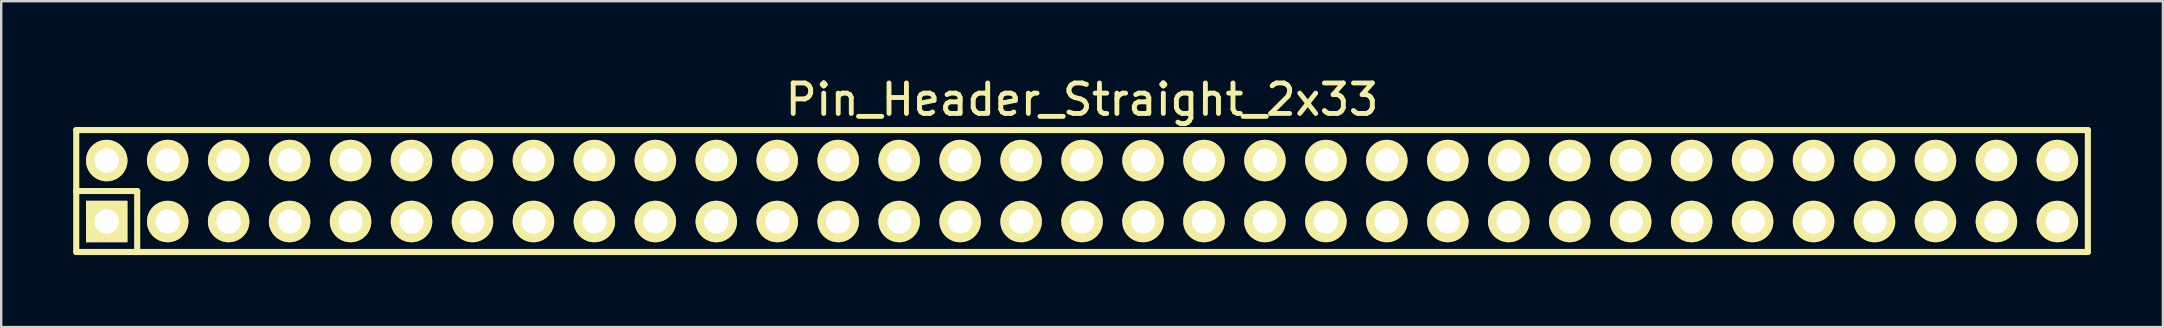
<source format=kicad_pcb>
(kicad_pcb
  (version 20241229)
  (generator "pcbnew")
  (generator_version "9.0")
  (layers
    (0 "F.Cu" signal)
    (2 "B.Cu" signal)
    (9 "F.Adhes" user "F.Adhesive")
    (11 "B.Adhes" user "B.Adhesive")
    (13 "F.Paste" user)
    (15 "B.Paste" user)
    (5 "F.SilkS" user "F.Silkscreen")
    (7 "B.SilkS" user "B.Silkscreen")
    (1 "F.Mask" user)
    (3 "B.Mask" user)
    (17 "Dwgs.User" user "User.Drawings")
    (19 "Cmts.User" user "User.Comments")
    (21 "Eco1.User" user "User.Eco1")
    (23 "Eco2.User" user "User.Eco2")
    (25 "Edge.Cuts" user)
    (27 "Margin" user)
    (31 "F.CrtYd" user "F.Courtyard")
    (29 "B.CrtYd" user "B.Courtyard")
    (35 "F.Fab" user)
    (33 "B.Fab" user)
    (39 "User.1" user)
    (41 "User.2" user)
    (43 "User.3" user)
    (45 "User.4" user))
  (footprint "Pin_Header_Straight_2x33"
    (layer "F.Cu")
    (at 42.037 4.91)
    (property "Reference" "Pin_Header_Straight_2x33" (at 0 -3.81 0) (layer "F.SilkS") (effects (font (size 1.27 1.27) (thickness 0.203))))
    (attr through_hole)
    (fp_line (start -41.91 -2.54) (end -41.91 0) (stroke (width 0.254) (type solid)) (layer "F.SilkS"))
    (fp_line (start -41.91 0) (end -39.37 0) (stroke (width 0.254) (type solid)) (layer "F.SilkS"))
    (fp_line (start -41.91 2.54) (end -41.91 0) (stroke (width 0.254) (type solid)) (layer "F.SilkS"))
    (fp_line (start -41.91 2.54) (end -39.37 2.54) (stroke (width 0.254) (type solid)) (layer "F.SilkS"))
    (fp_line (start -39.37 0) (end -39.37 2.54) (stroke (width 0.254) (type solid)) (layer "F.SilkS"))
    (fp_line (start -39.37 2.54) (end 41.91 2.54) (stroke (width 0.254) (type solid)) (layer "F.SilkS"))
    (fp_line (start 41.91 -2.54) (end -41.91 -2.54) (stroke (width 0.254) (type solid)) (layer "F.SilkS"))
    (fp_line (start 41.91 -2.54) (end 41.91 2.54) (stroke (width 0.254) (type solid)) (layer "F.SilkS"))
    (pad "1" thru_hole rect (at -40.64 1.27) (size 1.727 1.727) (drill 1.016) (layers "*.Cu" "*.Mask" "F.SilkS"))
    (pad "2" thru_hole oval (at -40.64 -1.27) (size 1.727 1.727) (drill 1.016) (layers "*.Cu" "*.Mask" "F.SilkS"))
    (pad "3" thru_hole oval (at -38.1 1.27) (size 1.727 1.727) (drill 1.016) (layers "*.Cu" "*.Mask" "F.SilkS"))
    (pad "4" thru_hole oval (at -38.1 -1.27) (size 1.727 1.727) (drill 1.016) (layers "*.Cu" "*.Mask" "F.SilkS"))
    (pad "5" thru_hole oval (at -35.56 1.27) (size 1.727 1.727) (drill 1.016) (layers "*.Cu" "*.Mask" "F.SilkS"))
    (pad "6" thru_hole oval (at -35.56 -1.27) (size 1.727 1.727) (drill 1.016) (layers "*.Cu" "*.Mask" "F.SilkS"))
    (pad "7" thru_hole oval (at -33.02 1.27) (size 1.727 1.727) (drill 1.016) (layers "*.Cu" "*.Mask" "F.SilkS"))
    (pad "8" thru_hole oval (at -33.02 -1.27) (size 1.727 1.727) (drill 1.016) (layers "*.Cu" "*.Mask" "F.SilkS"))
    (pad "9" thru_hole oval (at -30.48 1.27) (size 1.727 1.727) (drill 1.016) (layers "*.Cu" "*.Mask" "F.SilkS"))
    (pad "10" thru_hole oval (at -30.48 -1.27) (size 1.727 1.727) (drill 1.016) (layers "*.Cu" "*.Mask" "F.SilkS"))
    (pad "11" thru_hole oval (at -27.94 1.27) (size 1.727 1.727) (drill 1.016) (layers "*.Cu" "*.Mask" "F.SilkS"))
    (pad "12" thru_hole oval (at -27.94 -1.27) (size 1.727 1.727) (drill 1.016) (layers "*.Cu" "*.Mask" "F.SilkS"))
    (pad "13" thru_hole oval (at -25.4 1.27) (size 1.727 1.727) (drill 1.016) (layers "*.Cu" "*.Mask" "F.SilkS"))
    (pad "14" thru_hole oval (at -25.4 -1.27) (size 1.727 1.727) (drill 1.016) (layers "*.Cu" "*.Mask" "F.SilkS"))
    (pad "15" thru_hole oval (at -22.86 1.27) (size 1.727 1.727) (drill 1.016) (layers "*.Cu" "*.Mask" "F.SilkS"))
    (pad "16" thru_hole oval (at -22.86 -1.27) (size 1.727 1.727) (drill 1.016) (layers "*.Cu" "*.Mask" "F.SilkS"))
    (pad "17" thru_hole oval (at -20.32 1.27) (size 1.727 1.727) (drill 1.016) (layers "*.Cu" "*.Mask" "F.SilkS"))
    (pad "18" thru_hole oval (at -20.32 -1.27) (size 1.727 1.727) (drill 1.016) (layers "*.Cu" "*.Mask" "F.SilkS"))
    (pad "19" thru_hole oval (at -17.78 1.27) (size 1.727 1.727) (drill 1.016) (layers "*.Cu" "*.Mask" "F.SilkS"))
    (pad "20" thru_hole oval (at -17.78 -1.27) (size 1.727 1.727) (drill 1.016) (layers "*.Cu" "*.Mask" "F.SilkS"))
    (pad "21" thru_hole oval (at -15.24 1.27) (size 1.727 1.727) (drill 1.016) (layers "*.Cu" "*.Mask" "F.SilkS"))
    (pad "22" thru_hole oval (at -15.24 -1.27) (size 1.727 1.727) (drill 1.016) (layers "*.Cu" "*.Mask" "F.SilkS"))
    (pad "23" thru_hole oval (at -12.7 1.27) (size 1.727 1.727) (drill 1.016) (layers "*.Cu" "*.Mask" "F.SilkS"))
    (pad "24" thru_hole oval (at -12.7 -1.27) (size 1.727 1.727) (drill 1.016) (layers "*.Cu" "*.Mask" "F.SilkS"))
    (pad "25" thru_hole oval (at -10.16 1.27) (size 1.727 1.727) (drill 1.016) (layers "*.Cu" "*.Mask" "F.SilkS"))
    (pad "26" thru_hole oval (at -10.16 -1.27) (size 1.727 1.727) (drill 1.016) (layers "*.Cu" "*.Mask" "F.SilkS"))
    (pad "27" thru_hole oval (at -7.62 1.27) (size 1.727 1.727) (drill 1.016) (layers "*.Cu" "*.Mask" "F.SilkS"))
    (pad "28" thru_hole oval (at -7.62 -1.27) (size 1.727 1.727) (drill 1.016) (layers "*.Cu" "*.Mask" "F.SilkS"))
    (pad "29" thru_hole oval (at -5.08 1.27) (size 1.727 1.727) (drill 1.016) (layers "*.Cu" "*.Mask" "F.SilkS"))
    (pad "30" thru_hole oval (at -5.08 -1.27) (size 1.727 1.727) (drill 1.016) (layers "*.Cu" "*.Mask" "F.SilkS"))
    (pad "31" thru_hole oval (at -2.54 1.27) (size 1.727 1.727) (drill 1.016) (layers "*.Cu" "*.Mask" "F.SilkS"))
    (pad "32" thru_hole oval (at -2.54 -1.27) (size 1.727 1.727) (drill 1.016) (layers "*.Cu" "*.Mask" "F.SilkS"))
    (pad "33" thru_hole oval (at 0 1.27) (size 1.727 1.727) (drill 1.016) (layers "*.Cu" "*.Mask" "F.SilkS"))
    (pad "34" thru_hole oval (at 0 -1.27) (size 1.727 1.727) (drill 1.016) (layers "*.Cu" "*.Mask" "F.SilkS"))
    (pad "35" thru_hole oval (at 2.54 1.27) (size 1.727 1.727) (drill 1.016) (layers "*.Cu" "*.Mask" "F.SilkS"))
    (pad "36" thru_hole oval (at 2.54 -1.27) (size 1.727 1.727) (drill 1.016) (layers "*.Cu" "*.Mask" "F.SilkS"))
    (pad "37" thru_hole oval (at 5.08 1.27) (size 1.727 1.727) (drill 1.016) (layers "*.Cu" "*.Mask" "F.SilkS"))
    (pad "38" thru_hole oval (at 5.08 -1.27) (size 1.727 1.727) (drill 1.016) (layers "*.Cu" "*.Mask" "F.SilkS"))
    (pad "39" thru_hole oval (at 7.62 1.27) (size 1.727 1.727) (drill 1.016) (layers "*.Cu" "*.Mask" "F.SilkS"))
    (pad "40" thru_hole oval (at 7.62 -1.27) (size 1.727 1.727) (drill 1.016) (layers "*.Cu" "*.Mask" "F.SilkS"))
    (pad "41" thru_hole oval (at 10.16 1.27) (size 1.727 1.727) (drill 1.016) (layers "*.Cu" "*.Mask" "F.SilkS"))
    (pad "42" thru_hole oval (at 10.16 -1.27) (size 1.727 1.727) (drill 1.016) (layers "*.Cu" "*.Mask" "F.SilkS"))
    (pad "43" thru_hole oval (at 12.7 1.27) (size 1.727 1.727) (drill 1.016) (layers "*.Cu" "*.Mask" "F.SilkS"))
    (pad "44" thru_hole oval (at 12.7 -1.27) (size 1.727 1.727) (drill 1.016) (layers "*.Cu" "*.Mask" "F.SilkS"))
    (pad "45" thru_hole oval (at 15.24 1.27) (size 1.727 1.727) (drill 1.016) (layers "*.Cu" "*.Mask" "F.SilkS"))
    (pad "46" thru_hole oval (at 15.24 -1.27) (size 1.727 1.727) (drill 1.016) (layers "*.Cu" "*.Mask" "F.SilkS"))
    (pad "47" thru_hole oval (at 17.78 1.27) (size 1.727 1.727) (drill 1.016) (layers "*.Cu" "*.Mask" "F.SilkS"))
    (pad "48" thru_hole oval (at 17.78 -1.27) (size 1.727 1.727) (drill 1.016) (layers "*.Cu" "*.Mask" "F.SilkS"))
    (pad "49" thru_hole oval (at 20.32 1.27) (size 1.727 1.727) (drill 1.016) (layers "*.Cu" "*.Mask" "F.SilkS"))
    (pad "50" thru_hole oval (at 20.32 -1.27) (size 1.727 1.727) (drill 1.016) (layers "*.Cu" "*.Mask" "F.SilkS"))
    (pad "51" thru_hole oval (at 22.86 1.27) (size 1.727 1.727) (drill 1.016) (layers "*.Cu" "*.Mask" "F.SilkS"))
    (pad "52" thru_hole oval (at 22.86 -1.27) (size 1.727 1.727) (drill 1.016) (layers "*.Cu" "*.Mask" "F.SilkS"))
    (pad "53" thru_hole oval (at 25.4 1.27) (size 1.727 1.727) (drill 1.016) (layers "*.Cu" "*.Mask" "F.SilkS"))
    (pad "54" thru_hole oval (at 25.4 -1.27) (size 1.727 1.727) (drill 1.016) (layers "*.Cu" "*.Mask" "F.SilkS"))
    (pad "55" thru_hole oval (at 27.94 1.27) (size 1.727 1.727) (drill 1.016) (layers "*.Cu" "*.Mask" "F.SilkS"))
    (pad "56" thru_hole oval (at 27.94 -1.27) (size 1.727 1.727) (drill 1.016) (layers "*.Cu" "*.Mask" "F.SilkS"))
    (pad "57" thru_hole oval (at 30.48 1.27) (size 1.727 1.727) (drill 1.016) (layers "*.Cu" "*.Mask" "F.SilkS"))
    (pad "58" thru_hole oval (at 30.48 -1.27) (size 1.727 1.727) (drill 1.016) (layers "*.Cu" "*.Mask" "F.SilkS"))
    (pad "59" thru_hole oval (at 33.02 1.27) (size 1.727 1.727) (drill 1.016) (layers "*.Cu" "*.Mask" "F.SilkS"))
    (pad "60" thru_hole oval (at 33.02 -1.27) (size 1.727 1.727) (drill 1.016) (layers "*.Cu" "*.Mask" "F.SilkS"))
    (pad "61" thru_hole oval (at 35.56 1.27) (size 1.727 1.727) (drill 1.016) (layers "*.Cu" "*.Mask" "F.SilkS"))
    (pad "62" thru_hole oval (at 35.56 -1.27) (size 1.727 1.727) (drill 1.016) (layers "*.Cu" "*.Mask" "F.SilkS"))
    (pad "63" thru_hole oval (at 38.1 1.27) (size 1.727 1.727) (drill 1.016) (layers "*.Cu" "*.Mask" "F.SilkS"))
    (pad "64" thru_hole oval (at 38.1 -1.27) (size 1.727 1.727) (drill 1.016) (layers "*.Cu" "*.Mask" "F.SilkS"))
    (pad "65" thru_hole oval (at 40.64 1.27) (size 1.727 1.727) (drill 1.016) (layers "*.Cu" "*.Mask" "F.SilkS"))
    (pad "66" thru_hole oval (at 40.64 -1.27) (size 1.727 1.727) (drill 1.016) (layers "*.Cu" "*.Mask" "F.SilkS")))
  (gr_rect
    (start -3 -3)
    (end 87.074 10.577)
    (stroke (width 0.1) (type default))
    (fill no)
    (layer "Edge.Cuts")))
</source>
